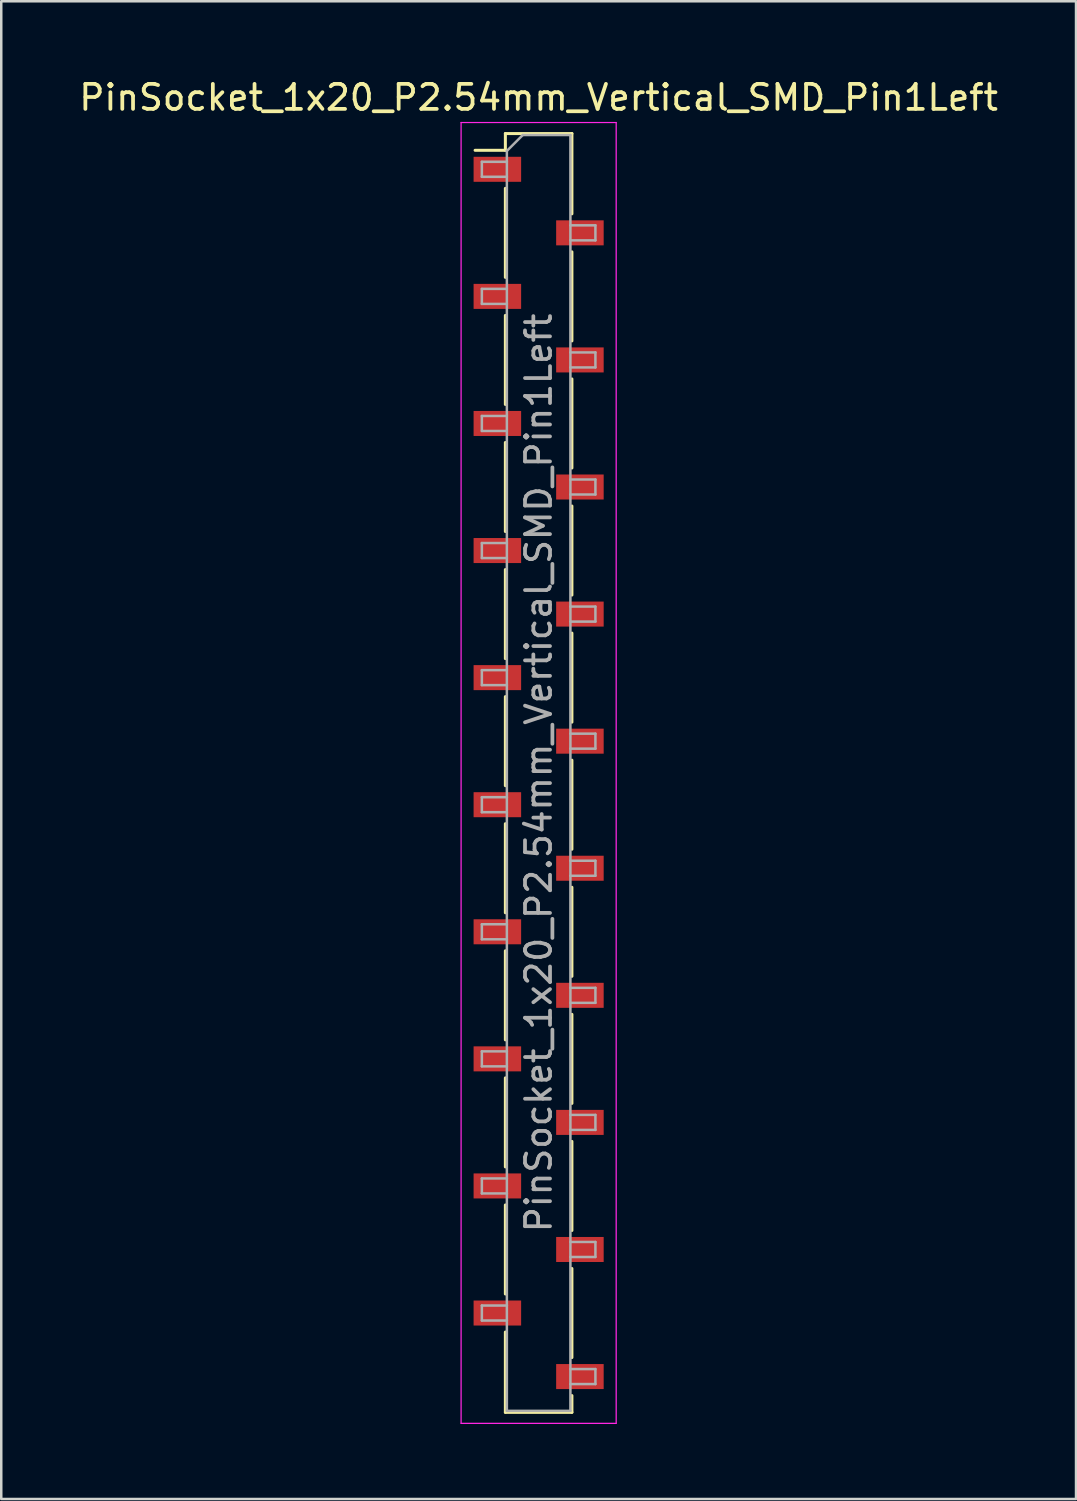
<source format=kicad_pcb>
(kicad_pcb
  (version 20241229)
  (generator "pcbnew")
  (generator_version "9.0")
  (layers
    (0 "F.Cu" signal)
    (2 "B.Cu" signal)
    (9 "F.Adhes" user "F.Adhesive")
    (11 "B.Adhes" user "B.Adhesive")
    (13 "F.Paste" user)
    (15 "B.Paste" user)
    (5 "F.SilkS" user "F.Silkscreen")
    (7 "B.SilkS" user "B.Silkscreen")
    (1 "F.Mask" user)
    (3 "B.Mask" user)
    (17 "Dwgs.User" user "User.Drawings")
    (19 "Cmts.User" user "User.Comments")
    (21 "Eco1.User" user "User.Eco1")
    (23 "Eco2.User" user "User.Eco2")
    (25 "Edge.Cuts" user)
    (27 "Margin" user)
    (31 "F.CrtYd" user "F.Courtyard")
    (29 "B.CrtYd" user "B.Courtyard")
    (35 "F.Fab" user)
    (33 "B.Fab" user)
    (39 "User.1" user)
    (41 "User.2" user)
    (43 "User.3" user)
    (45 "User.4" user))
  (footprint "PinSocket_1x20_P2.54mm_Vertical_SMD_Pin1Left"
    (layer "F.Cu")
    (at 18.482 27.848)
    (property "Reference" "PinSocket_1x20_P2.54mm_Vertical_SMD_Pin1Left" (at 0 -27 0) (layer "F.SilkS") (effects (font (size 1 1) (thickness 0.15))))
    (attr smd)
    (fp_line (start -2.54 -24.89) (end -1.33 -24.89) (stroke (width 0.12) (type solid)) (layer "F.SilkS"))
    (fp_line (start -1.33 -25.56) (end -1.33 -24.89) (stroke (width 0.12) (type solid)) (layer "F.SilkS"))
    (fp_line (start -1.33 -25.56) (end 1.33 -25.56) (stroke (width 0.12) (type solid)) (layer "F.SilkS"))
    (fp_line (start -1.33 -23.37) (end -1.33 -19.81) (stroke (width 0.12) (type solid)) (layer "F.SilkS"))
    (fp_line (start -1.33 -18.29) (end -1.33 -14.73) (stroke (width 0.12) (type solid)) (layer "F.SilkS"))
    (fp_line (start -1.33 -13.21) (end -1.33 -9.65) (stroke (width 0.12) (type solid)) (layer "F.SilkS"))
    (fp_line (start -1.33 -8.13) (end -1.33 -4.57) (stroke (width 0.12) (type solid)) (layer "F.SilkS"))
    (fp_line (start -1.33 -3.05) (end -1.33 0.51) (stroke (width 0.12) (type solid)) (layer "F.SilkS"))
    (fp_line (start -1.33 2.03) (end -1.33 5.59) (stroke (width 0.12) (type solid)) (layer "F.SilkS"))
    (fp_line (start -1.33 7.11) (end -1.33 10.67) (stroke (width 0.12) (type solid)) (layer "F.SilkS"))
    (fp_line (start -1.33 12.19) (end -1.33 15.75) (stroke (width 0.12) (type solid)) (layer "F.SilkS"))
    (fp_line (start -1.33 17.27) (end -1.33 20.83) (stroke (width 0.12) (type solid)) (layer "F.SilkS"))
    (fp_line (start -1.33 22.35) (end -1.33 25.56) (stroke (width 0.12) (type solid)) (layer "F.SilkS"))
    (fp_line (start -1.33 25.56) (end 1.33 25.56) (stroke (width 0.12) (type solid)) (layer "F.SilkS"))
    (fp_line (start 1.33 -25.56) (end 1.33 -22.35) (stroke (width 0.12) (type solid)) (layer "F.SilkS"))
    (fp_line (start 1.33 -20.83) (end 1.33 -17.27) (stroke (width 0.12) (type solid)) (layer "F.SilkS"))
    (fp_line (start 1.33 -15.75) (end 1.33 -12.19) (stroke (width 0.12) (type solid)) (layer "F.SilkS"))
    (fp_line (start 1.33 -10.67) (end 1.33 -7.11) (stroke (width 0.12) (type solid)) (layer "F.SilkS"))
    (fp_line (start 1.33 -5.59) (end 1.33 -2.03) (stroke (width 0.12) (type solid)) (layer "F.SilkS"))
    (fp_line (start 1.33 -0.51) (end 1.33 3.05) (stroke (width 0.12) (type solid)) (layer "F.SilkS"))
    (fp_line (start 1.33 4.57) (end 1.33 8.13) (stroke (width 0.12) (type solid)) (layer "F.SilkS"))
    (fp_line (start 1.33 9.65) (end 1.33 13.21) (stroke (width 0.12) (type solid)) (layer "F.SilkS"))
    (fp_line (start 1.33 14.73) (end 1.33 18.29) (stroke (width 0.12) (type solid)) (layer "F.SilkS"))
    (fp_line (start 1.33 19.81) (end 1.33 23.37) (stroke (width 0.12) (type solid)) (layer "F.SilkS"))
    (fp_line (start 1.33 24.89) (end 1.33 25.56) (stroke (width 0.12) (type solid)) (layer "F.SilkS"))
    (fp_line (start -3.1 -26) (end 3.1 -26) (stroke (width 0.05) (type solid)) (layer "F.CrtYd"))
    (fp_line (start -3.1 26) (end -3.1 -26) (stroke (width 0.05) (type solid)) (layer "F.CrtYd"))
    (fp_line (start 3.1 -26) (end 3.1 26) (stroke (width 0.05) (type solid)) (layer "F.CrtYd"))
    (fp_line (start 3.1 26) (end -3.1 26) (stroke (width 0.05) (type solid)) (layer "F.CrtYd"))
    (fp_line (start -2.27 -24.43) (end -1.27 -24.43) (stroke (width 0.1) (type solid)) (layer "F.Fab"))
    (fp_line (start -2.27 -23.83) (end -2.27 -24.43) (stroke (width 0.1) (type solid)) (layer "F.Fab"))
    (fp_line (start -2.27 -19.35) (end -1.27 -19.35) (stroke (width 0.1) (type solid)) (layer "F.Fab"))
    (fp_line (start -2.27 -18.75) (end -2.27 -19.35) (stroke (width 0.1) (type solid)) (layer "F.Fab"))
    (fp_line (start -2.27 -14.27) (end -1.27 -14.27) (stroke (width 0.1) (type solid)) (layer "F.Fab"))
    (fp_line (start -2.27 -13.67) (end -2.27 -14.27) (stroke (width 0.1) (type solid)) (layer "F.Fab"))
    (fp_line (start -2.27 -9.19) (end -1.27 -9.19) (stroke (width 0.1) (type solid)) (layer "F.Fab"))
    (fp_line (start -2.27 -8.59) (end -2.27 -9.19) (stroke (width 0.1) (type solid)) (layer "F.Fab"))
    (fp_line (start -2.27 -4.11) (end -1.27 -4.11) (stroke (width 0.1) (type solid)) (layer "F.Fab"))
    (fp_line (start -2.27 -3.51) (end -2.27 -4.11) (stroke (width 0.1) (type solid)) (layer "F.Fab"))
    (fp_line (start -2.27 0.97) (end -1.27 0.97) (stroke (width 0.1) (type solid)) (layer "F.Fab"))
    (fp_line (start -2.27 1.57) (end -2.27 0.97) (stroke (width 0.1) (type solid)) (layer "F.Fab"))
    (fp_line (start -2.27 6.05) (end -1.27 6.05) (stroke (width 0.1) (type solid)) (layer "F.Fab"))
    (fp_line (start -2.27 6.65) (end -2.27 6.05) (stroke (width 0.1) (type solid)) (layer "F.Fab"))
    (fp_line (start -2.27 11.13) (end -1.27 11.13) (stroke (width 0.1) (type solid)) (layer "F.Fab"))
    (fp_line (start -2.27 11.73) (end -2.27 11.13) (stroke (width 0.1) (type solid)) (layer "F.Fab"))
    (fp_line (start -2.27 16.21) (end -1.27 16.21) (stroke (width 0.1) (type solid)) (layer "F.Fab"))
    (fp_line (start -2.27 16.81) (end -2.27 16.21) (stroke (width 0.1) (type solid)) (layer "F.Fab"))
    (fp_line (start -2.27 21.29) (end -1.27 21.29) (stroke (width 0.1) (type solid)) (layer "F.Fab"))
    (fp_line (start -2.27 21.89) (end -2.27 21.29) (stroke (width 0.1) (type solid)) (layer "F.Fab"))
    (fp_line (start -1.27 -24.865) (end -0.635 -25.5) (stroke (width 0.1) (type solid)) (layer "F.Fab"))
    (fp_line (start -1.27 -23.83) (end -2.27 -23.83) (stroke (width 0.1) (type solid)) (layer "F.Fab"))
    (fp_line (start -1.27 -18.75) (end -2.27 -18.75) (stroke (width 0.1) (type solid)) (layer "F.Fab"))
    (fp_line (start -1.27 -13.67) (end -2.27 -13.67) (stroke (width 0.1) (type solid)) (layer "F.Fab"))
    (fp_line (start -1.27 -8.59) (end -2.27 -8.59) (stroke (width 0.1) (type solid)) (layer "F.Fab"))
    (fp_line (start -1.27 -3.51) (end -2.27 -3.51) (stroke (width 0.1) (type solid)) (layer "F.Fab"))
    (fp_line (start -1.27 1.57) (end -2.27 1.57) (stroke (width 0.1) (type solid)) (layer "F.Fab"))
    (fp_line (start -1.27 6.65) (end -2.27 6.65) (stroke (width 0.1) (type solid)) (layer "F.Fab"))
    (fp_line (start -1.27 11.73) (end -2.27 11.73) (stroke (width 0.1) (type solid)) (layer "F.Fab"))
    (fp_line (start -1.27 16.81) (end -2.27 16.81) (stroke (width 0.1) (type solid)) (layer "F.Fab"))
    (fp_line (start -1.27 21.89) (end -2.27 21.89) (stroke (width 0.1) (type solid)) (layer "F.Fab"))
    (fp_line (start -1.27 25.5) (end -1.27 -24.865) (stroke (width 0.1) (type solid)) (layer "F.Fab"))
    (fp_line (start -0.635 -25.5) (end 1.27 -25.5) (stroke (width 0.1) (type solid)) (layer "F.Fab"))
    (fp_line (start 1.27 -25.5) (end 1.27 25.5) (stroke (width 0.1) (type solid)) (layer "F.Fab"))
    (fp_line (start 1.27 -21.89) (end 2.27 -21.89) (stroke (width 0.1) (type solid)) (layer "F.Fab"))
    (fp_line (start 1.27 -16.81) (end 2.27 -16.81) (stroke (width 0.1) (type solid)) (layer "F.Fab"))
    (fp_line (start 1.27 -11.73) (end 2.27 -11.73) (stroke (width 0.1) (type solid)) (layer "F.Fab"))
    (fp_line (start 1.27 -6.65) (end 2.27 -6.65) (stroke (width 0.1) (type solid)) (layer "F.Fab"))
    (fp_line (start 1.27 -1.57) (end 2.27 -1.57) (stroke (width 0.1) (type solid)) (layer "F.Fab"))
    (fp_line (start 1.27 3.51) (end 2.27 3.51) (stroke (width 0.1) (type solid)) (layer "F.Fab"))
    (fp_line (start 1.27 8.59) (end 2.27 8.59) (stroke (width 0.1) (type solid)) (layer "F.Fab"))
    (fp_line (start 1.27 13.67) (end 2.27 13.67) (stroke (width 0.1) (type solid)) (layer "F.Fab"))
    (fp_line (start 1.27 18.75) (end 2.27 18.75) (stroke (width 0.1) (type solid)) (layer "F.Fab"))
    (fp_line (start 1.27 23.83) (end 2.27 23.83) (stroke (width 0.1) (type solid)) (layer "F.Fab"))
    (fp_line (start 1.27 25.5) (end -1.27 25.5) (stroke (width 0.1) (type solid)) (layer "F.Fab"))
    (fp_line (start 2.27 -21.89) (end 2.27 -21.29) (stroke (width 0.1) (type solid)) (layer "F.Fab"))
    (fp_line (start 2.27 -21.29) (end 1.27 -21.29) (stroke (width 0.1) (type solid)) (layer "F.Fab"))
    (fp_line (start 2.27 -16.81) (end 2.27 -16.21) (stroke (width 0.1) (type solid)) (layer "F.Fab"))
    (fp_line (start 2.27 -16.21) (end 1.27 -16.21) (stroke (width 0.1) (type solid)) (layer "F.Fab"))
    (fp_line (start 2.27 -11.73) (end 2.27 -11.13) (stroke (width 0.1) (type solid)) (layer "F.Fab"))
    (fp_line (start 2.27 -11.13) (end 1.27 -11.13) (stroke (width 0.1) (type solid)) (layer "F.Fab"))
    (fp_line (start 2.27 -6.65) (end 2.27 -6.05) (stroke (width 0.1) (type solid)) (layer "F.Fab"))
    (fp_line (start 2.27 -6.05) (end 1.27 -6.05) (stroke (width 0.1) (type solid)) (layer "F.Fab"))
    (fp_line (start 2.27 -1.57) (end 2.27 -0.97) (stroke (width 0.1) (type solid)) (layer "F.Fab"))
    (fp_line (start 2.27 -0.97) (end 1.27 -0.97) (stroke (width 0.1) (type solid)) (layer "F.Fab"))
    (fp_line (start 2.27 3.51) (end 2.27 4.11) (stroke (width 0.1) (type solid)) (layer "F.Fab"))
    (fp_line (start 2.27 4.11) (end 1.27 4.11) (stroke (width 0.1) (type solid)) (layer "F.Fab"))
    (fp_line (start 2.27 8.59) (end 2.27 9.19) (stroke (width 0.1) (type solid)) (layer "F.Fab"))
    (fp_line (start 2.27 9.19) (end 1.27 9.19) (stroke (width 0.1) (type solid)) (layer "F.Fab"))
    (fp_line (start 2.27 13.67) (end 2.27 14.27) (stroke (width 0.1) (type solid)) (layer "F.Fab"))
    (fp_line (start 2.27 14.27) (end 1.27 14.27) (stroke (width 0.1) (type solid)) (layer "F.Fab"))
    (fp_line (start 2.27 18.75) (end 2.27 19.35) (stroke (width 0.1) (type solid)) (layer "F.Fab"))
    (fp_line (start 2.27 19.35) (end 1.27 19.35) (stroke (width 0.1) (type solid)) (layer "F.Fab"))
    (fp_line (start 2.27 23.83) (end 2.27 24.43) (stroke (width 0.1) (type solid)) (layer "F.Fab"))
    (fp_line (start 2.27 24.43) (end 1.27 24.43) (stroke (width 0.1) (type solid)) (layer "F.Fab"))
    (fp_text user "${REFERENCE}" (at 0 0 90) (layer "F.Fab") (effects (font (size 1 1) (thickness 0.15))))
    (pad "1" smd rect (at -1.65 -24.13) (size 1.9 1) (layers "F.Cu" "F.Mask" "F.Paste"))
    (pad "2" smd rect (at 1.65 -21.59) (size 1.9 1) (layers "F.Cu" "F.Mask" "F.Paste"))
    (pad "3" smd rect (at -1.65 -19.05) (size 1.9 1) (layers "F.Cu" "F.Mask" "F.Paste"))
    (pad "4" smd rect (at 1.65 -16.51) (size 1.9 1) (layers "F.Cu" "F.Mask" "F.Paste"))
    (pad "5" smd rect (at -1.65 -13.97) (size 1.9 1) (layers "F.Cu" "F.Mask" "F.Paste"))
    (pad "6" smd rect (at 1.65 -11.43) (size 1.9 1) (layers "F.Cu" "F.Mask" "F.Paste"))
    (pad "7" smd rect (at -1.65 -8.89) (size 1.9 1) (layers "F.Cu" "F.Mask" "F.Paste"))
    (pad "8" smd rect (at 1.65 -6.35) (size 1.9 1) (layers "F.Cu" "F.Mask" "F.Paste"))
    (pad "9" smd rect (at -1.65 -3.81) (size 1.9 1) (layers "F.Cu" "F.Mask" "F.Paste"))
    (pad "10" smd rect (at 1.65 -1.27) (size 1.9 1) (layers "F.Cu" "F.Mask" "F.Paste"))
    (pad "11" smd rect (at -1.65 1.27) (size 1.9 1) (layers "F.Cu" "F.Mask" "F.Paste"))
    (pad "12" smd rect (at 1.65 3.81) (size 1.9 1) (layers "F.Cu" "F.Mask" "F.Paste"))
    (pad "13" smd rect (at -1.65 6.35) (size 1.9 1) (layers "F.Cu" "F.Mask" "F.Paste"))
    (pad "14" smd rect (at 1.65 8.89) (size 1.9 1) (layers "F.Cu" "F.Mask" "F.Paste"))
    (pad "15" smd rect (at -1.65 11.43) (size 1.9 1) (layers "F.Cu" "F.Mask" "F.Paste"))
    (pad "16" smd rect (at 1.65 13.97) (size 1.9 1) (layers "F.Cu" "F.Mask" "F.Paste"))
    (pad "17" smd rect (at -1.65 16.51) (size 1.9 1) (layers "F.Cu" "F.Mask" "F.Paste"))
    (pad "18" smd rect (at 1.65 19.05) (size 1.9 1) (layers "F.Cu" "F.Mask" "F.Paste"))
    (pad "19" smd rect (at -1.65 21.59) (size 1.9 1) (layers "F.Cu" "F.Mask" "F.Paste"))
    (pad "20" smd rect (at 1.65 24.13) (size 1.9 1) (layers "F.Cu" "F.Mask" "F.Paste")))
  (gr_rect
    (start -3 -3)
    (end 39.964 56.873)
    (stroke (width 0.1) (type default))
    (fill no)
    (layer "Edge.Cuts")))
</source>
